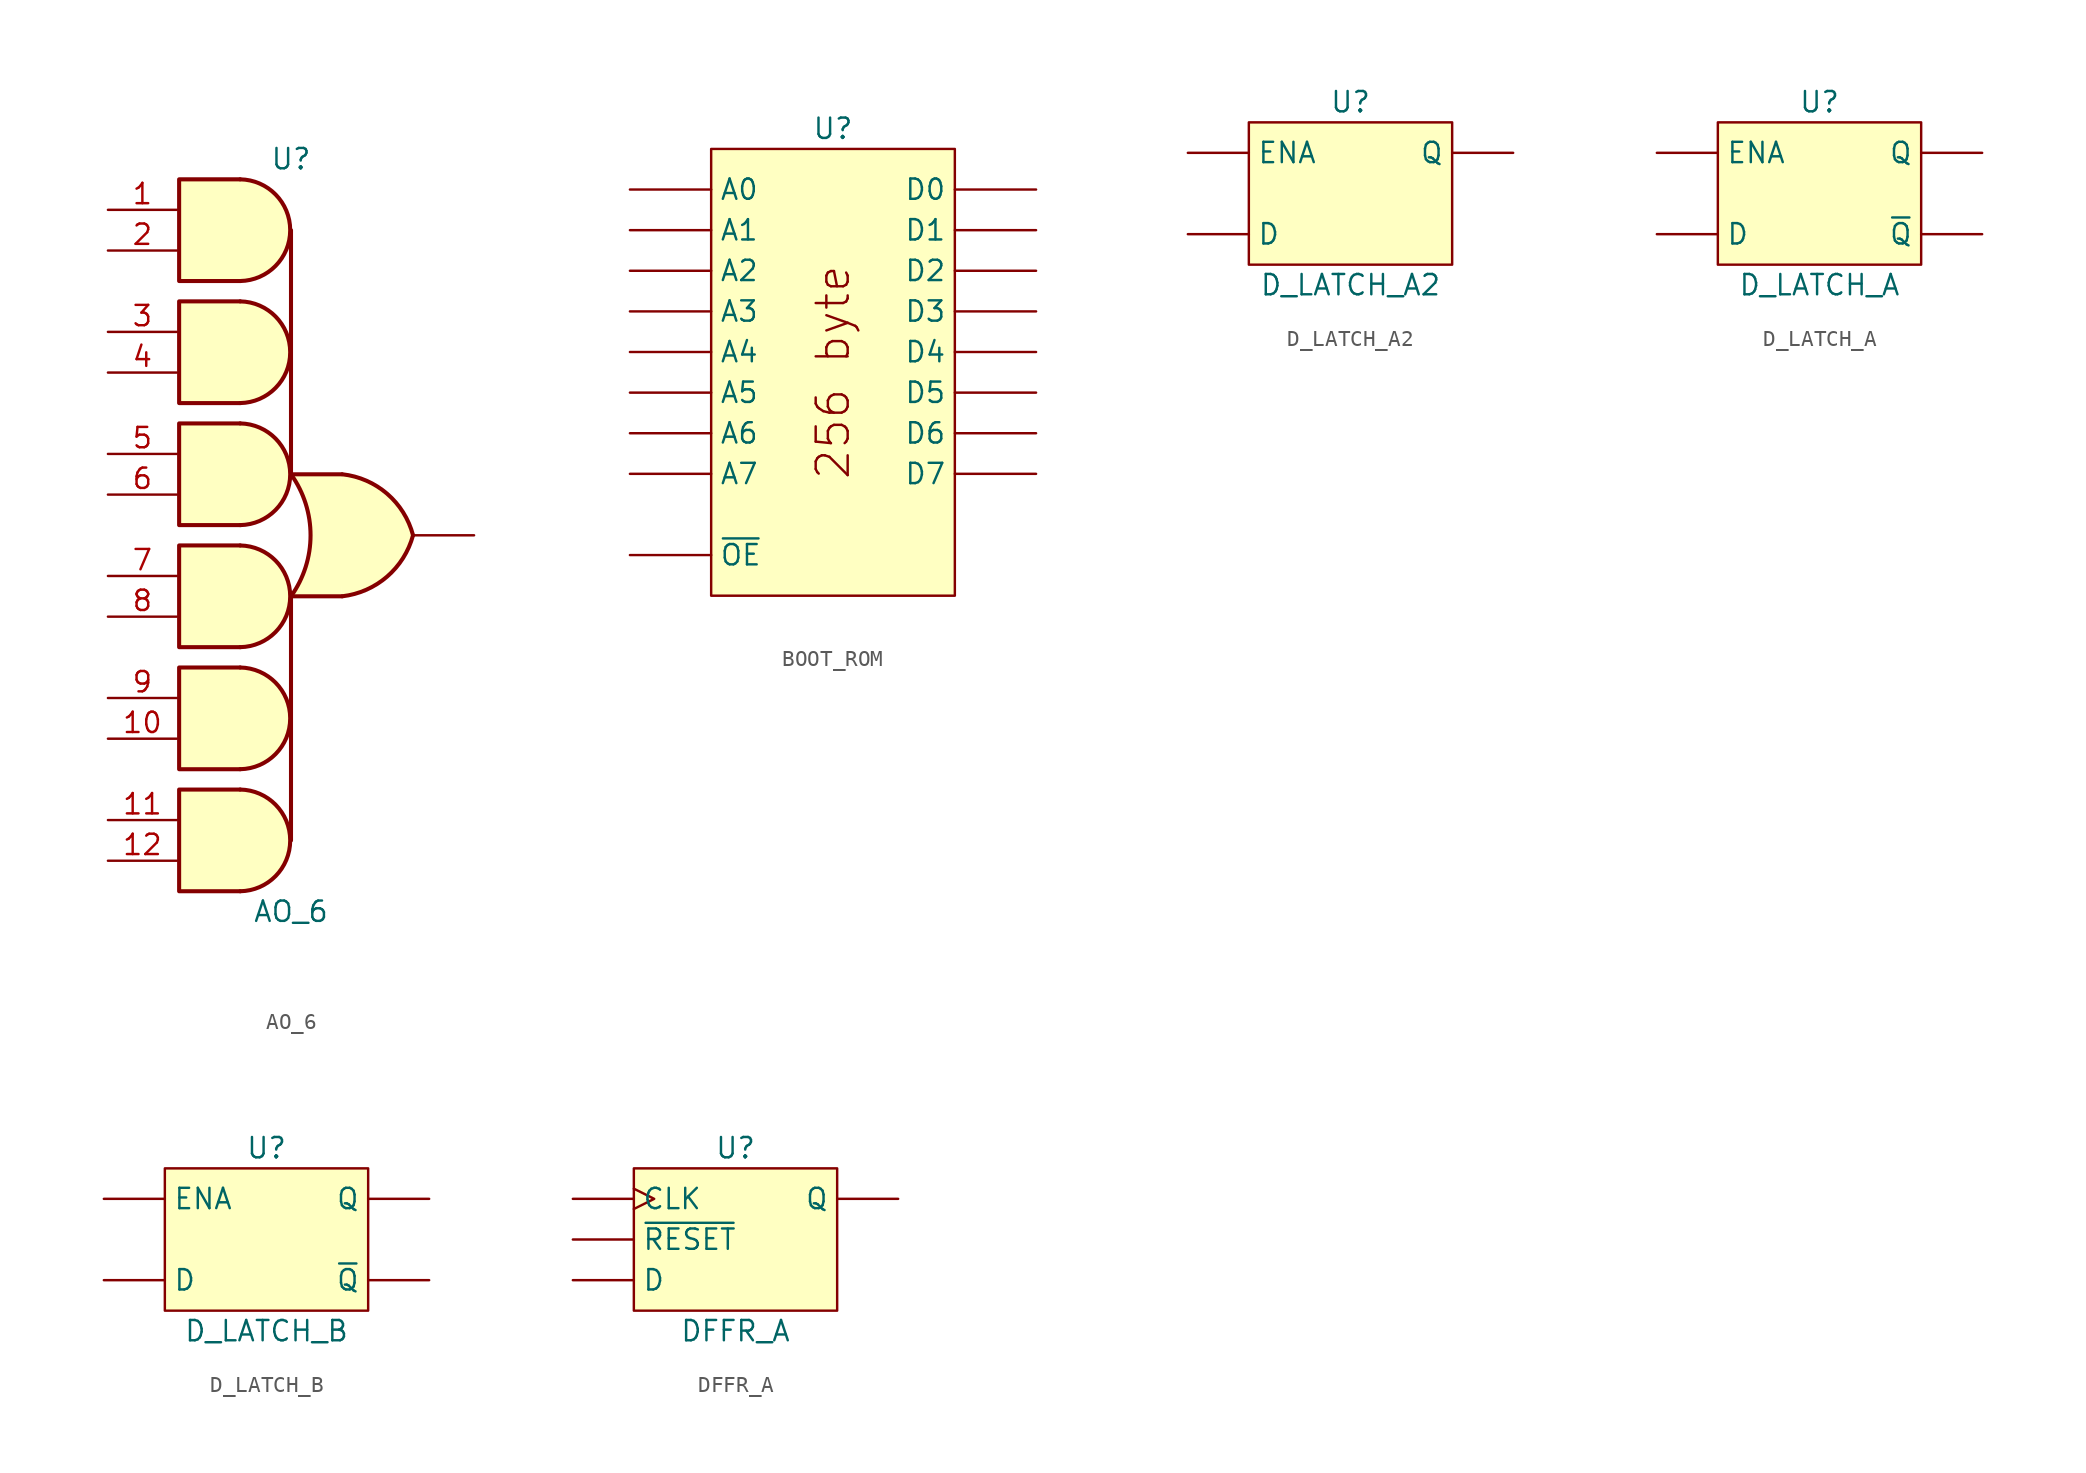
<source format=kicad_sym>
(kicad_symbol_lib
  (version 20211014)
  (generator kicad_symbol_editor)
  (symbol "AO_6"
    (pin_names hide)
    (property "Reference" "U"
      (at 0 23.495 0)
      (effects (font (size 1.27 1.27))))
    (property "Value" "AO_6"
      (at 0 -23.495 0)
      (effects (font (size 1.27 1.27))))
    (symbol "AO_6_1_1"
      (arc (start -3.175 -22.225) (mid -0.05 -19.05) (end -3.175 -15.875) (stroke (width 0.254) (type default) (color 0 0 0 0)) (fill (type background)))
      (arc (start -3.175 -14.605) (mid -0.05 -11.43) (end -3.175 -8.255) (stroke (width 0.254) (type default) (color 0 0 0 0)) (fill (type background)))
      (arc (start -3.175 -6.985) (mid -0.05 -3.81) (end -3.175 -0.635) (stroke (width 0.254) (type default) (color 0 0 0 0)) (fill (type background)))
      (arc (start -3.175 0.635) (mid -0.05 3.81) (end -3.175 6.985) (stroke (width 0.254) (type default) (color 0 0 0 0)) (fill (type background)))
      (arc (start -3.175 8.255) (mid -0.05 11.43) (end -3.175 14.605) (stroke (width 0.254) (type default) (color 0 0 0 0)) (fill (type background)))
      (arc (start -3.175 15.875) (mid -0.05 19.05) (end -3.175 22.225) (stroke (width 0.254) (type default) (color 0 0 0 0)) (fill (type background)))
      (arc (start -0.0002 -3.81) (mid 1.2208 0) (end -0.0002 3.81) (stroke (width 0.254) (type default) (color 0 0 0 0)) (fill (type none)))
      (polyline (pts (xy 0 -3.81) (xy 0 -19.05)) (stroke (width 0.254) (type default) (color 0 0 0 0)) (fill (type background)))
      (polyline (pts (xy -0.0002 -3.81) (xy 3.175 -3.81)) (stroke (width 0.254) (type default) (color 0 0 0 0)) (fill (type background)))
      (polyline (pts (xy -0.0002 3.81) (xy 3.175 3.81)) (stroke (width 0.254) (type default) (color 0 0 0 0)) (fill (type background)))
      (polyline (pts (xy 0 19.05) (xy 0 3.81)) (stroke (width 0.254) (type default) (color 0 0 0 0)) (fill (type background)))
      (polyline (pts (xy -3.175 -15.875) (xy -6.985 -15.875) (xy -6.985 -22.225) (xy -3.175 -22.225)) (stroke (width 0.254) (type default) (color 0 0 0 0)) (fill (type background)))
      (polyline (pts (xy -3.175 -8.255) (xy -6.985 -8.255) (xy -6.985 -14.605) (xy -3.175 -14.605)) (stroke (width 0.254) (type default) (color 0 0 0 0)) (fill (type background)))
      (polyline (pts (xy -3.175 -0.635) (xy -6.985 -0.635) (xy -6.985 -6.985) (xy -3.175 -6.985)) (stroke (width 0.254) (type default) (color 0 0 0 0)) (fill (type background)))
      (polyline (pts (xy -3.175 6.985) (xy -6.985 6.985) (xy -6.985 0.635) (xy -3.175 0.635)) (stroke (width 0.254) (type default) (color 0 0 0 0)) (fill (type background)))
      (polyline (pts (xy -3.175 14.605) (xy -6.985 14.605) (xy -6.985 8.255) (xy -3.175 8.255)) (stroke (width 0.254) (type default) (color 0 0 0 0)) (fill (type background)))
      (polyline (pts (xy -3.175 22.225) (xy -6.985 22.225) (xy -6.985 15.875) (xy -3.175 15.875)) (stroke (width 0.254) (type default) (color 0 0 0 0)) (fill (type background)))
      (polyline (pts (xy 3.175 3.81) (xy 0 3.81) (xy 0 3.81) (xy 0.254 3.404) (xy 0.787 2.261) (xy 1.118 1.041) (xy 1.194 -0.254) (xy 1.041 -1.499) (xy 0.635 -2.718) (xy 0 -3.81) (xy 0 -3.81) (xy 3.175 -3.81)) (stroke (width -25.4) (type default) (color 0 0 0 0)) (fill (type background)))
      (arc (start 3.2002 -3.81) (mid 5.9953 -2.584) (end 7.6198 0) (stroke (width 0.254) (type default) (color 0 0 0 0)) (fill (type background)))
      (arc (start 7.6198 0) (mid 6.0026 2.5925) (end 3.2002 3.81) (stroke (width 0.254) (type default) (color 0 0 0 0)) (fill (type background)))
      (pin input line (at -11.43 20.32 0) (length 4.3) (name "~" (effects (font (size 1.27 1.27)))) (number "1" (effects (font (size 1.27 1.27)))))
      (pin input line (at -11.43 -12.7 0) (length 4.3) (name "~" (effects (font (size 1.27 1.27)))) (number "10" (effects (font (size 1.27 1.27)))))
      (pin input line (at -11.43 -17.78 0) (length 4.3) (name "~" (effects (font (size 1.27 1.27)))) (number "11" (effects (font (size 1.27 1.27)))))
      (pin input line (at -11.43 -20.32 0) (length 4.3) (name "~" (effects (font (size 1.27 1.27)))) (number "12" (effects (font (size 1.27 1.27)))))
      (pin output line (at 11.43 0 180) (length 3.81) (name "~" (effects (font (size 1.27 1.27)))) (number "13" (effects (font (size 0 0)))))
      (pin input line (at -11.43 17.78 0) (length 4.3) (name "~" (effects (font (size 1.27 1.27)))) (number "2" (effects (font (size 1.27 1.27)))))
      (pin input line (at -11.43 12.7 0) (length 4.3) (name "~" (effects (font (size 1.27 1.27)))) (number "3" (effects (font (size 1.27 1.27)))))
      (pin input line (at -11.43 10.16 0) (length 4.3) (name "~" (effects (font (size 1.27 1.27)))) (number "4" (effects (font (size 1.27 1.27)))))
      (pin input line (at -11.43 5.08 0) (length 4.3) (name "~" (effects (font (size 1.27 1.27)))) (number "5" (effects (font (size 1.27 1.27)))))
      (pin input line (at -11.43 2.54 0) (length 4.3) (name "~" (effects (font (size 1.27 1.27)))) (number "6" (effects (font (size 1.27 1.27)))))
      (pin input line (at -11.43 -2.54 0) (length 4.3) (name "~" (effects (font (size 1.27 1.27)))) (number "7" (effects (font (size 1.27 1.27)))))
      (pin input line (at -11.43 -5.08 0) (length 4.3) (name "~" (effects (font (size 1.27 1.27)))) (number "8" (effects (font (size 1.27 1.27)))))
      (pin input line (at -11.43 -10.16 0) (length 4.3) (name "~" (effects (font (size 1.27 1.27)))) (number "9" (effects (font (size 1.27 1.27)))))))
  (symbol "BOOT_ROM"
    (pin_numbers hide)
    (property "Reference" "U"
      (at 0 15.24 0)
      (effects (font (size 1.27 1.27))))
    (symbol "BOOT_ROM_0_0"
      (text "256 byte" (at 0 0 900) (effects (font (size 2 2)))))
    (symbol "BOOT_ROM_0_1"
      (rectangle (start -7.62 13.97) (end 7.62 -13.97) (stroke (width 0) (type default) (color 0 0 0 0)) (fill (type background))))
    (symbol "BOOT_ROM_1_1"
      (pin input line (at -12.7 11.43 0) (length 5.08) (name "A0" (effects (font (size 1.27 1.27)))) (number "1" (effects (font (size 1.27 1.27)))))
      (pin tri_state line (at 12.7 11.43 180) (length 5.08) (name "D0" (effects (font (size 1.27 1.27)))) (number "10" (effects (font (size 1.27 1.27)))))
      (pin tri_state line (at 12.7 8.89 180) (length 5.08) (name "D1" (effects (font (size 1.27 1.27)))) (number "11" (effects (font (size 1.27 1.27)))))
      (pin tri_state line (at 12.7 6.35 180) (length 5.08) (name "D2" (effects (font (size 1.27 1.27)))) (number "12" (effects (font (size 1.27 1.27)))))
      (pin tri_state line (at 12.7 3.81 180) (length 5.08) (name "D3" (effects (font (size 1.27 1.27)))) (number "13" (effects (font (size 1.27 1.27)))))
      (pin tri_state line (at 12.7 1.27 180) (length 5.08) (name "D4" (effects (font (size 1.27 1.27)))) (number "14" (effects (font (size 1.27 1.27)))))
      (pin tri_state line (at 12.7 -1.27 180) (length 5.08) (name "D5" (effects (font (size 1.27 1.27)))) (number "15" (effects (font (size 1.27 1.27)))))
      (pin tri_state line (at 12.7 -3.81 180) (length 5.08) (name "D6" (effects (font (size 1.27 1.27)))) (number "16" (effects (font (size 1.27 1.27)))))
      (pin tri_state line (at 12.7 -6.35 180) (length 5.08) (name "D7" (effects (font (size 1.27 1.27)))) (number "17" (effects (font (size 1.27 1.27)))))
      (pin input line (at -12.7 8.89 0) (length 5.08) (name "A1" (effects (font (size 1.27 1.27)))) (number "2" (effects (font (size 1.27 1.27)))))
      (pin input line (at -12.7 6.35 0) (length 5.08) (name "A2" (effects (font (size 1.27 1.27)))) (number "3" (effects (font (size 1.27 1.27)))))
      (pin input line (at -12.7 3.81 0) (length 5.08) (name "A3" (effects (font (size 1.27 1.27)))) (number "4" (effects (font (size 1.27 1.27)))))
      (pin input line (at -12.7 1.27 0) (length 5.08) (name "A4" (effects (font (size 1.27 1.27)))) (number "5" (effects (font (size 1.27 1.27)))))
      (pin input line (at -12.7 -1.27 0) (length 5.08) (name "A5" (effects (font (size 1.27 1.27)))) (number "6" (effects (font (size 1.27 1.27)))))
      (pin input line (at -12.7 -3.81 0) (length 5.08) (name "A6" (effects (font (size 1.27 1.27)))) (number "7" (effects (font (size 1.27 1.27)))))
      (pin input line (at -12.7 -6.35 0) (length 5.08) (name "A7" (effects (font (size 1.27 1.27)))) (number "8" (effects (font (size 1.27 1.27)))))
      (pin input line (at -12.7 -11.43 0) (length 5.08) (name "~{OE}" (effects (font (size 1.27 1.27)))) (number "9" (effects (font (size 1.27 1.27)))))))
  (symbol "D_LATCH_A2"
    (pin_numbers hide)
    (property "Reference" "U"
      (at 0 5.715 0)
      (effects (font (size 1.27 1.27))))
    (property "Value" "D_LATCH_A2"
      (at 0 -5.715 0)
      (effects (font (size 1.27 1.27))))
    (symbol "D_LATCH_A2_0_1"
      (rectangle (start -6.35 4.445) (end 6.35 -4.445) (stroke (width 0) (type default) (color 0 0 0 0)) (fill (type background))))
    (symbol "D_LATCH_A2_1_1"
      (pin input line (at -10.16 2.54 0) (length 3.81) hide (name "~{ENA}" (effects (font (size 1.27 1.27)))) (number "1" (effects (font (size 1.27 1.27)))))
      (pin input line (at -10.16 -2.54 0) (length 3.81) (name "D" (effects (font (size 1.27 1.27)))) (number "2" (effects (font (size 1.27 1.27)))))
      (pin input line (at -10.16 2.54 0) (length 3.81) (name "ENA" (effects (font (size 1.27 1.27)))) (number "3" (effects (font (size 1.27 1.27)))))
      (pin output line (at 10.16 2.54 180) (length 3.81) (name "Q" (effects (font (size 1.27 1.27)))) (number "4" (effects (font (size 1.27 1.27)))))))
  (symbol "D_LATCH_A"
    (pin_numbers hide)
    (property "Reference" "U"
      (at 0 5.715 0)
      (effects (font (size 1.27 1.27))))
    (property "Value" "D_LATCH_A"
      (at 0 -5.715 0)
      (effects (font (size 1.27 1.27))))
    (symbol "D_LATCH_A_0_1"
      (rectangle (start -6.35 4.445) (end 6.35 -4.445) (stroke (width 0) (type default) (color 0 0 0 0)) (fill (type background))))
    (symbol "D_LATCH_A_1_1"
      (pin input line (at -10.16 2.54 0) (length 3.81) hide (name "~{ENA}" (effects (font (size 1.27 1.27)))) (number "1" (effects (font (size 1.27 1.27)))))
      (pin input line (at -10.16 -2.54 0) (length 3.81) (name "D" (effects (font (size 1.27 1.27)))) (number "2" (effects (font (size 1.27 1.27)))))
      (pin input line (at -10.16 2.54 0) (length 3.81) (name "ENA" (effects (font (size 1.27 1.27)))) (number "3" (effects (font (size 1.27 1.27)))))
      (pin output line (at 10.16 2.54 180) (length 3.81) (name "Q" (effects (font (size 1.27 1.27)))) (number "4" (effects (font (size 1.27 1.27)))))
      (pin output line (at 10.16 -2.54 180) (length 3.81) (name "~{Q}" (effects (font (size 1.27 1.27)))) (number "5" (effects (font (size 1.27 1.27)))))))
  (symbol "D_LATCH_B"
    (pin_numbers hide)
    (property "Reference" "U"
      (at 0 5.715 0)
      (effects (font (size 1.27 1.27))))
    (property "Value" "D_LATCH_B"
      (at 0 -5.715 0)
      (effects (font (size 1.27 1.27))))
    (symbol "D_LATCH_B_0_1"
      (rectangle (start -6.35 4.445) (end 6.35 -4.445) (stroke (width 0) (type default) (color 0 0 0 0)) (fill (type background))))
    (symbol "D_LATCH_B_1_1"
      (pin input line (at -10.16 2.54 0) (length 3.81) (name "ENA" (effects (font (size 1.27 1.27)))) (number "1" (effects (font (size 1.27 1.27)))))
      (pin input line (at -10.16 -2.54 0) (length 3.81) (name "D" (effects (font (size 1.27 1.27)))) (number "2" (effects (font (size 1.27 1.27)))))
      (pin output line (at 10.16 2.54 180) (length 3.81) (name "Q" (effects (font (size 1.27 1.27)))) (number "3" (effects (font (size 1.27 1.27)))))
      (pin output line (at 10.16 -2.54 180) (length 3.81) (name "~{Q}" (effects (font (size 1.27 1.27)))) (number "4" (effects (font (size 1.27 1.27)))))))
  (symbol "DFFR_A"
    (pin_numbers hide)
    (property "Reference" "U"
      (at 0 5.715 0)
      (effects (font (size 1.27 1.27))))
    (property "Value" "DFFR_A"
      (at 0 -5.715 0)
      (effects (font (size 1.27 1.27))))
    (symbol "DFFR_A_0_1"
      (rectangle (start -6.35 4.445) (end 6.35 -4.445) (stroke (width 0) (type default) (color 0 0 0 0)) (fill (type background))))
    (symbol "DFFR_A_1_1"
      (pin input line (at -10.16 0 0) (length 3.81) (name "~{RESET}" (effects (font (size 1.27 1.27)))) (number "1" (effects (font (size 1.27 1.27)))))
      (pin input line (at -10.16 -2.54 0) (length 3.81) (name "D" (effects (font (size 1.27 1.27)))) (number "2" (effects (font (size 1.27 1.27)))))
      (pin input clock (at -10.16 2.54 0) (length 3.81) (name "CLK" (effects (font (size 1.27 1.27)))) (number "3" (effects (font (size 1.27 1.27)))))
      (pin input clock (at -10.16 2.54 0) (length 3.81) hide (name "~{CLK}" (effects (font (size 1.27 1.27)))) (number "4" (effects (font (size 1.27 1.27)))))
      (pin input line (at -10.16 0 0) (length 3.81) hide (name "~{RESET}" (effects (font (size 1.27 1.27)))) (number "5" (effects (font (size 1.27 1.27)))))
      (pin output line (at 10.16 2.54 180) (length 3.81) (name "Q" (effects (font (size 1.27 1.27)))) (number "6" (effects (font (size 1.27 1.27))))))))
</source>
